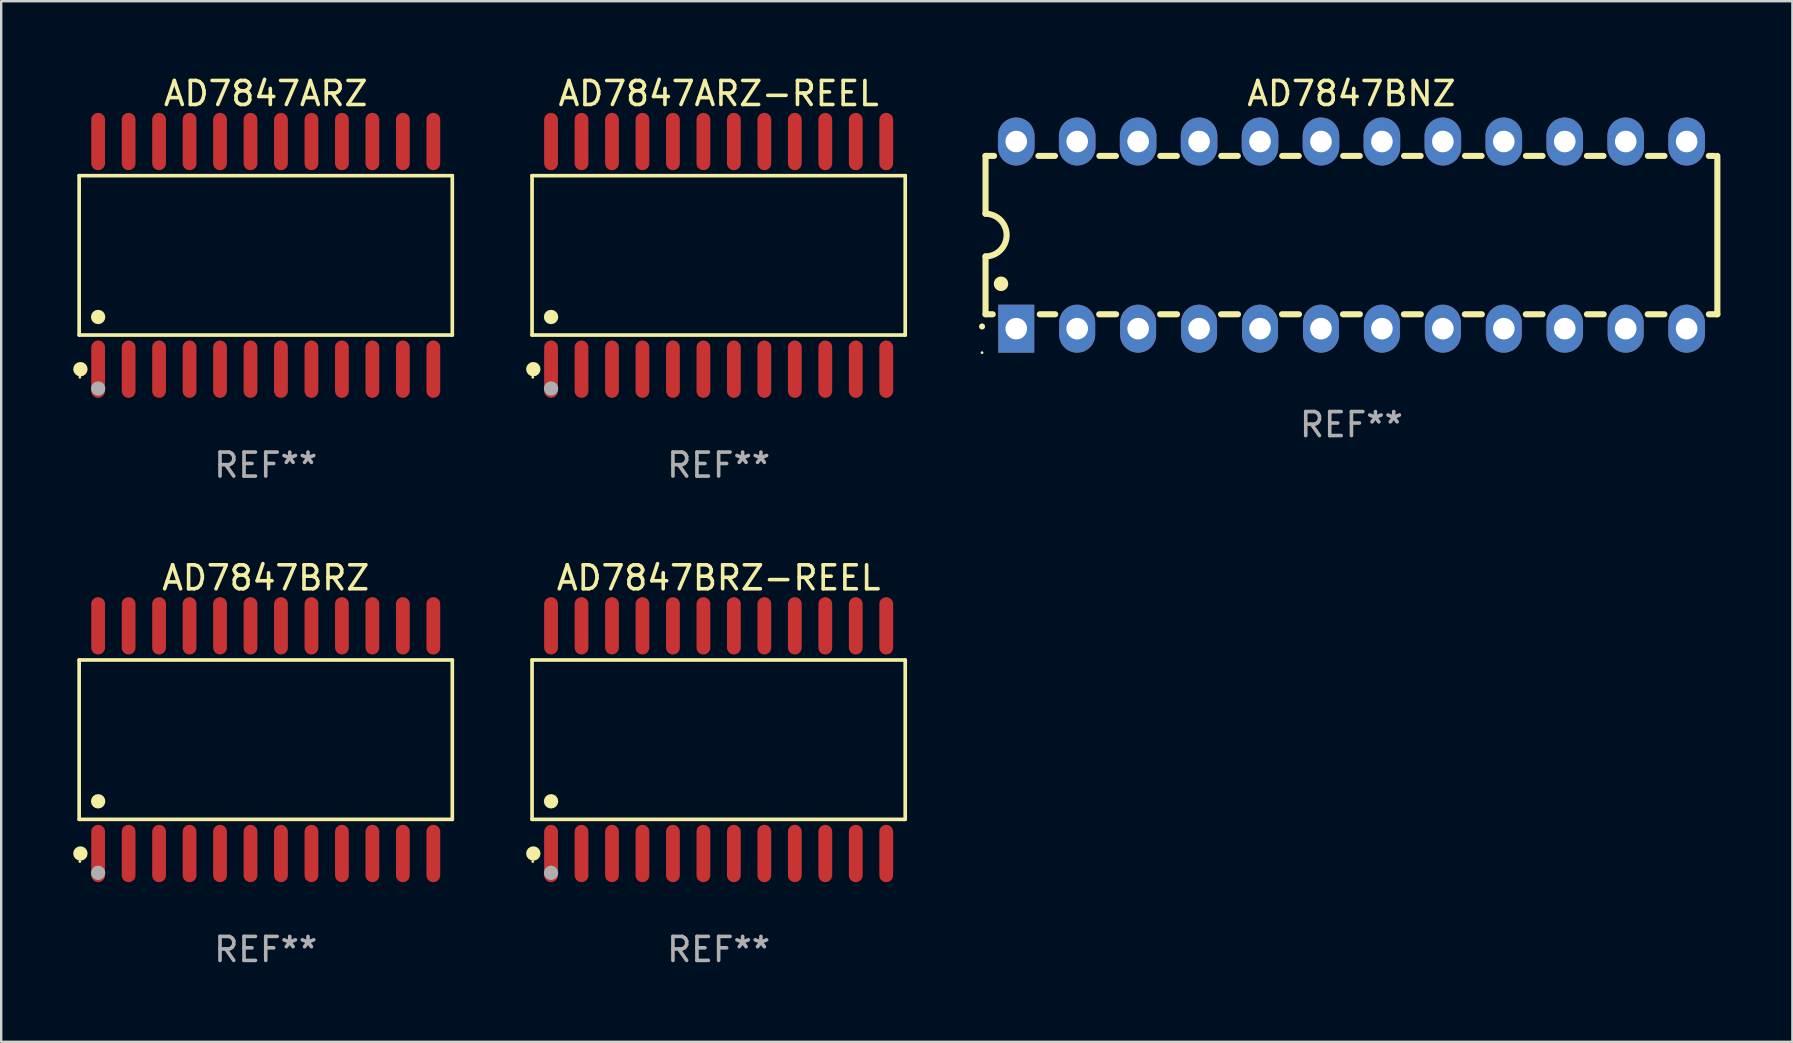
<source format=kicad_pcb>
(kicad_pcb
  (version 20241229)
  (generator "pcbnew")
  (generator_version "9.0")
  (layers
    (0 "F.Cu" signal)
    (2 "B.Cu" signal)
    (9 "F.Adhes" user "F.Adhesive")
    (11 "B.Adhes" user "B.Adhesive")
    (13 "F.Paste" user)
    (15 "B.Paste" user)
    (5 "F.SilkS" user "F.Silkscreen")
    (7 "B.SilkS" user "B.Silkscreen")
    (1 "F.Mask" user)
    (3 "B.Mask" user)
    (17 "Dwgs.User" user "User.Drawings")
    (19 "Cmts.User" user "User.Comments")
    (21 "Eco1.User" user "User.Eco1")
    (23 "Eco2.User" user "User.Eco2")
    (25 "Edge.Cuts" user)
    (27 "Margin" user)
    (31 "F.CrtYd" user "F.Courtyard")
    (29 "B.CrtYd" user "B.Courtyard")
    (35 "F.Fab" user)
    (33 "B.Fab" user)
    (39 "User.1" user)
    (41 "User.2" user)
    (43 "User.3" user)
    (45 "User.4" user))
  (footprint "AD7847ARZ"
    (layer "F.Cu")
    (at 8.025 7.592)
    (property "Reference" "AD7847ARZ" (at 0 -6.744 0) (layer "F.SilkS") (effects (font (size 1 1) (thickness 0.15))))
    (attr through_hole)
    (fp_line (start -7.776 -3.321) (end 7.776 -3.321) (stroke (width 0.152) (type solid)) (layer "F.SilkS"))
    (fp_line (start -7.776 3.321) (end -7.776 -3.321) (stroke (width 0.152) (type solid)) (layer "F.SilkS"))
    (fp_line (start 7.776 -3.321) (end 7.776 3.321) (stroke (width 0.152) (type solid)) (layer "F.SilkS"))
    (fp_line (start 7.776 3.321) (end -7.776 3.321) (stroke (width 0.152) (type solid)) (layer "F.SilkS"))
    (fp_circle (center -7.747 5.08) (end -7.717 5.08) (stroke (width 0.06) (type solid)) (fill no) (layer "F.SilkS"))
    (fp_circle (center -7.724 4.744) (end -7.574 4.744) (stroke (width 0.3) (type solid)) (fill no) (layer "F.SilkS"))
    (fp_circle (center -6.985 2.569) (end -6.835 2.569) (stroke (width 0.3) (type solid)) (fill no) (layer "F.SilkS"))
    (fp_circle (center -6.985 5.55) (end -6.835 5.55) (stroke (width 0.3) (type solid)) (fill no) (layer "F.Fab"))
    (fp_text user "REF**" (at 0 8.744 0) (layer "F.Fab") (effects (font (size 1 1) (thickness 0.15))))
    (pad "1" smd oval (at -6.985 4.744) (size 0.574 2.388) (layers "F.Cu" "F.Mask" "F.Paste"))
    (pad "2" smd oval (at -5.715 4.744) (size 0.574 2.388) (layers "F.Cu" "F.Mask" "F.Paste"))
    (pad "3" smd oval (at -4.445 4.744) (size 0.574 2.388) (layers "F.Cu" "F.Mask" "F.Paste"))
    (pad "4" smd oval (at -3.175 4.744) (size 0.574 2.388) (layers "F.Cu" "F.Mask" "F.Paste"))
    (pad "5" smd oval (at -1.905 4.744) (size 0.574 2.388) (layers "F.Cu" "F.Mask" "F.Paste"))
    (pad "6" smd oval (at -0.635 4.744) (size 0.574 2.388) (layers "F.Cu" "F.Mask" "F.Paste"))
    (pad "7" smd oval (at 0.635 4.744) (size 0.574 2.388) (layers "F.Cu" "F.Mask" "F.Paste"))
    (pad "8" smd oval (at 1.905 4.744) (size 0.574 2.388) (layers "F.Cu" "F.Mask" "F.Paste"))
    (pad "9" smd oval (at 3.175 4.744) (size 0.574 2.388) (layers "F.Cu" "F.Mask" "F.Paste"))
    (pad "10" smd oval (at 4.445 4.744) (size 0.574 2.388) (layers "F.Cu" "F.Mask" "F.Paste"))
    (pad "11" smd oval (at 5.715 4.744) (size 0.574 2.388) (layers "F.Cu" "F.Mask" "F.Paste"))
    (pad "12" smd oval (at 6.985 4.744) (size 0.574 2.388) (layers "F.Cu" "F.Mask" "F.Paste"))
    (pad "13" smd oval (at 6.985 -4.744) (size 0.574 2.388) (layers "F.Cu" "F.Mask" "F.Paste"))
    (pad "14" smd oval (at 5.715 -4.744) (size 0.574 2.388) (layers "F.Cu" "F.Mask" "F.Paste"))
    (pad "15" smd oval (at 4.445 -4.744) (size 0.574 2.388) (layers "F.Cu" "F.Mask" "F.Paste"))
    (pad "16" smd oval (at 3.175 -4.744) (size 0.574 2.388) (layers "F.Cu" "F.Mask" "F.Paste"))
    (pad "17" smd oval (at 1.905 -4.744) (size 0.574 2.388) (layers "F.Cu" "F.Mask" "F.Paste"))
    (pad "18" smd oval (at 0.635 -4.744) (size 0.574 2.388) (layers "F.Cu" "F.Mask" "F.Paste"))
    (pad "19" smd oval (at -0.635 -4.744) (size 0.574 2.388) (layers "F.Cu" "F.Mask" "F.Paste"))
    (pad "20" smd oval (at -1.905 -4.744) (size 0.574 2.388) (layers "F.Cu" "F.Mask" "F.Paste"))
    (pad "21" smd oval (at -3.175 -4.744) (size 0.574 2.388) (layers "F.Cu" "F.Mask" "F.Paste"))
    (pad "22" smd oval (at -4.445 -4.744) (size 0.574 2.388) (layers "F.Cu" "F.Mask" "F.Paste"))
    (pad "23" smd oval (at -5.715 -4.744) (size 0.574 2.388) (layers "F.Cu" "F.Mask" "F.Paste"))
    (pad "24" smd oval (at -6.985 -4.744) (size 0.574 2.388) (layers "F.Cu" "F.Mask" "F.Paste")))
  (footprint "AD7847BNZ"
    (layer "F.Cu")
    (at 53.274 6.748)
    (property "Reference" "AD7847BNZ" (at 0 -5.9 0) (layer "F.SilkS") (effects (font (size 1 1) (thickness 0.15))))
    (attr through_hole)
    (fp_line (start -15.25 -3.3) (end -15.25 -0.889) (stroke (width 0.254) (type solid)) (layer "F.SilkS"))
    (fp_line (start -15.25 -3.3) (end -14.895 -3.3) (stroke (width 0.254) (type solid)) (layer "F.SilkS"))
    (fp_line (start -15.25 3.3) (end -15.25 0.889) (stroke (width 0.254) (type solid)) (layer "F.SilkS"))
    (fp_line (start -15.25 3.3) (end -14.951 3.3) (stroke (width 0.254) (type solid)) (layer "F.SilkS"))
    (fp_line (start -13.045 -3.3) (end -12.355 -3.3) (stroke (width 0.254) (type solid)) (layer "F.SilkS"))
    (fp_line (start -12.989 3.3) (end -12.347 3.3) (stroke (width 0.254) (type solid)) (layer "F.SilkS"))
    (fp_line (start -10.514 3.3) (end -9.807 3.3) (stroke (width 0.254) (type solid)) (layer "F.SilkS"))
    (fp_line (start -10.505 -3.3) (end -9.815 -3.3) (stroke (width 0.254) (type solid)) (layer "F.SilkS"))
    (fp_line (start -7.974 3.3) (end -7.267 3.3) (stroke (width 0.254) (type solid)) (layer "F.SilkS"))
    (fp_line (start -7.965 -3.3) (end -7.275 -3.3) (stroke (width 0.254) (type solid)) (layer "F.SilkS"))
    (fp_line (start -5.434 3.3) (end -4.727 3.3) (stroke (width 0.254) (type solid)) (layer "F.SilkS"))
    (fp_line (start -5.425 -3.3) (end -4.735 -3.3) (stroke (width 0.254) (type solid)) (layer "F.SilkS"))
    (fp_line (start -2.894 3.3) (end -2.187 3.3) (stroke (width 0.254) (type solid)) (layer "F.SilkS"))
    (fp_line (start -2.885 -3.3) (end -2.195 -3.3) (stroke (width 0.254) (type solid)) (layer "F.SilkS"))
    (fp_line (start -0.354 3.3) (end 0.353 3.3) (stroke (width 0.254) (type solid)) (layer "F.SilkS"))
    (fp_line (start -0.345 -3.3) (end 0.345 -3.3) (stroke (width 0.254) (type solid)) (layer "F.SilkS"))
    (fp_line (start 2.186 3.3) (end 2.893 3.3) (stroke (width 0.254) (type solid)) (layer "F.SilkS"))
    (fp_line (start 2.195 -3.3) (end 2.885 -3.3) (stroke (width 0.254) (type solid)) (layer "F.SilkS"))
    (fp_line (start 4.726 3.3) (end 5.434 3.3) (stroke (width 0.254) (type solid)) (layer "F.SilkS"))
    (fp_line (start 4.735 -3.3) (end 5.425 -3.3) (stroke (width 0.254) (type solid)) (layer "F.SilkS"))
    (fp_line (start 7.266 3.3) (end 7.965 3.3) (stroke (width 0.254) (type solid)) (layer "F.SilkS"))
    (fp_line (start 7.275 -3.3) (end 7.965 -3.3) (stroke (width 0.254) (type solid)) (layer "F.SilkS"))
    (fp_line (start 9.815 -3.3) (end 10.505 -3.3) (stroke (width 0.254) (type solid)) (layer "F.SilkS"))
    (fp_line (start 9.815 3.3) (end 10.514 3.3) (stroke (width 0.254) (type solid)) (layer "F.SilkS"))
    (fp_line (start 12.346 3.3) (end 13.045 3.3) (stroke (width 0.254) (type solid)) (layer "F.SilkS"))
    (fp_line (start 12.355 -3.3) (end 13.045 -3.3) (stroke (width 0.254) (type solid)) (layer "F.SilkS"))
    (fp_line (start 14.895 -3.3) (end 15.113 -3.3) (stroke (width 0.254) (type solid)) (layer "F.SilkS"))
    (fp_line (start 14.895 3.3) (end 15.25 3.3) (stroke (width 0.254) (type solid)) (layer "F.SilkS"))
    (fp_line (start 15.25 -3.3) (end 15.25 3.3) (stroke (width 0.254) (type solid)) (layer "F.SilkS"))
    (fp_arc (start -15.394971 3.810033) (mid -15.394978 3.808763) (end -15.394971 3.807493) (stroke (width 0.25) (type solid)) (layer "F.SilkS"))
    (fp_arc (start -15.251053 -0.890146) (mid -14.361467 -0.001067) (end -15.250038 0.889027) (stroke (width 0.254001) (type solid)) (layer "F.SilkS"))
    (fp_arc (start -14.605029 2.032029) (mid -14.60504 2.029489) (end -14.605029 2.026949) (stroke (width 0.6) (type solid)) (layer "F.SilkS"))
    (fp_circle (center -15.395 4.9) (end -15.365 4.9) (stroke (width 0.06) (type solid)) (fill no) (layer "F.SilkS"))
    (fp_text user "REF**" (at 0 7.9 0) (layer "F.Fab") (effects (font (size 1 1) (thickness 0.15))))
    (pad "1" thru_hole rect (at -13.97 3.9 90) (size 2 1.5) (drill 0.9) (layers "*.Cu" "*.Mask"))
    (pad "2" thru_hole oval (at -11.43 3.9 90) (size 2 1.5) (drill 0.9) (layers "*.Cu" "*.Mask"))
    (pad "3" thru_hole oval (at -8.89 3.9 90) (size 2 1.5) (drill 0.9) (layers "*.Cu" "*.Mask"))
    (pad "4" thru_hole oval (at -6.35 3.9 90) (size 2 1.5) (drill 0.9) (layers "*.Cu" "*.Mask"))
    (pad "5" thru_hole oval (at -3.81 3.9 90) (size 2 1.5) (drill 0.9) (layers "*.Cu" "*.Mask"))
    (pad "6" thru_hole oval (at -1.27 3.9 90) (size 2 1.5) (drill 0.9) (layers "*.Cu" "*.Mask"))
    (pad "7" thru_hole oval (at 1.27 3.9 90) (size 2 1.5) (drill 0.9) (layers "*.Cu" "*.Mask"))
    (pad "8" thru_hole oval (at 3.81 3.9 90) (size 2 1.5) (drill 0.9) (layers "*.Cu" "*.Mask"))
    (pad "9" thru_hole oval (at 6.35 3.9 90) (size 2 1.5) (drill 0.9) (layers "*.Cu" "*.Mask"))
    (pad "10" thru_hole oval (at 8.89 3.9 90) (size 2 1.524) (drill 0.9) (layers "*.Cu" "*.Mask"))
    (pad "11" thru_hole oval (at 11.43 3.9 90) (size 2 1.5) (drill 0.9) (layers "*.Cu" "*.Mask"))
    (pad "12" thru_hole oval (at 13.97 3.9 90) (size 2 1.524) (drill 0.9) (layers "*.Cu" "*.Mask"))
    (pad "13" thru_hole oval (at 13.97 -3.9 90) (size 2 1.524) (drill 0.9) (layers "*.Cu" "*.Mask"))
    (pad "14" thru_hole oval (at 11.43 -3.9 90) (size 2 1.524) (drill 0.9) (layers "*.Cu" "*.Mask"))
    (pad "15" thru_hole oval (at 8.89 -3.9 90) (size 2 1.524) (drill 0.9) (layers "*.Cu" "*.Mask"))
    (pad "16" thru_hole oval (at 6.35 -3.9 90) (size 2 1.524) (drill 0.9) (layers "*.Cu" "*.Mask"))
    (pad "17" thru_hole oval (at 3.81 -3.9 90) (size 2 1.524) (drill 0.9) (layers "*.Cu" "*.Mask"))
    (pad "18" thru_hole oval (at 1.27 -3.9 90) (size 2 1.524) (drill 0.9) (layers "*.Cu" "*.Mask"))
    (pad "19" thru_hole oval (at -1.27 -3.9 90) (size 2 1.524) (drill 0.9) (layers "*.Cu" "*.Mask"))
    (pad "20" thru_hole oval (at -3.81 -3.9 90) (size 2 1.524) (drill 0.9) (layers "*.Cu" "*.Mask"))
    (pad "21" thru_hole oval (at -6.35 -3.9 90) (size 2 1.524) (drill 0.9) (layers "*.Cu" "*.Mask"))
    (pad "22" thru_hole oval (at -8.89 -3.9 90) (size 2 1.524) (drill 0.9) (layers "*.Cu" "*.Mask"))
    (pad "23" thru_hole oval (at -11.43 -3.9 90) (size 2 1.524) (drill 0.9) (layers "*.Cu" "*.Mask"))
    (pad "24" thru_hole oval (at -13.97 -3.9 90) (size 2 1.524) (drill 0.9) (layers "*.Cu" "*.Mask")))
  (footprint "AD7847BRZ"
    (layer "F.Cu")
    (at 8.025 27.777)
    (property "Reference" "AD7847BRZ" (at 0 -6.744 0) (layer "F.SilkS") (effects (font (size 1 1) (thickness 0.15))))
    (attr through_hole)
    (fp_line (start -7.776 -3.321) (end 7.776 -3.321) (stroke (width 0.152) (type solid)) (layer "F.SilkS"))
    (fp_line (start -7.776 3.321) (end -7.776 -3.321) (stroke (width 0.152) (type solid)) (layer "F.SilkS"))
    (fp_line (start 7.776 -3.321) (end 7.776 3.321) (stroke (width 0.152) (type solid)) (layer "F.SilkS"))
    (fp_line (start 7.776 3.321) (end -7.776 3.321) (stroke (width 0.152) (type solid)) (layer "F.SilkS"))
    (fp_circle (center -7.747 5.08) (end -7.717 5.08) (stroke (width 0.06) (type solid)) (fill no) (layer "F.SilkS"))
    (fp_circle (center -7.724 4.744) (end -7.574 4.744) (stroke (width 0.3) (type solid)) (fill no) (layer "F.SilkS"))
    (fp_circle (center -6.985 2.569) (end -6.835 2.569) (stroke (width 0.3) (type solid)) (fill no) (layer "F.SilkS"))
    (fp_circle (center -6.985 5.55) (end -6.835 5.55) (stroke (width 0.3) (type solid)) (fill no) (layer "F.Fab"))
    (fp_text user "REF**" (at 0 8.744 0) (layer "F.Fab") (effects (font (size 1 1) (thickness 0.15))))
    (pad "1" smd oval (at -6.985 4.744) (size 0.574 2.388) (layers "F.Cu" "F.Mask" "F.Paste"))
    (pad "2" smd oval (at -5.715 4.744) (size 0.574 2.388) (layers "F.Cu" "F.Mask" "F.Paste"))
    (pad "3" smd oval (at -4.445 4.744) (size 0.574 2.388) (layers "F.Cu" "F.Mask" "F.Paste"))
    (pad "4" smd oval (at -3.175 4.744) (size 0.574 2.388) (layers "F.Cu" "F.Mask" "F.Paste"))
    (pad "5" smd oval (at -1.905 4.744) (size 0.574 2.388) (layers "F.Cu" "F.Mask" "F.Paste"))
    (pad "6" smd oval (at -0.635 4.744) (size 0.574 2.388) (layers "F.Cu" "F.Mask" "F.Paste"))
    (pad "7" smd oval (at 0.635 4.744) (size 0.574 2.388) (layers "F.Cu" "F.Mask" "F.Paste"))
    (pad "8" smd oval (at 1.905 4.744) (size 0.574 2.388) (layers "F.Cu" "F.Mask" "F.Paste"))
    (pad "9" smd oval (at 3.175 4.744) (size 0.574 2.388) (layers "F.Cu" "F.Mask" "F.Paste"))
    (pad "10" smd oval (at 4.445 4.744) (size 0.574 2.388) (layers "F.Cu" "F.Mask" "F.Paste"))
    (pad "11" smd oval (at 5.715 4.744) (size 0.574 2.388) (layers "F.Cu" "F.Mask" "F.Paste"))
    (pad "12" smd oval (at 6.985 4.744) (size 0.574 2.388) (layers "F.Cu" "F.Mask" "F.Paste"))
    (pad "13" smd oval (at 6.985 -4.744) (size 0.574 2.388) (layers "F.Cu" "F.Mask" "F.Paste"))
    (pad "14" smd oval (at 5.715 -4.744) (size 0.574 2.388) (layers "F.Cu" "F.Mask" "F.Paste"))
    (pad "15" smd oval (at 4.445 -4.744) (size 0.574 2.388) (layers "F.Cu" "F.Mask" "F.Paste"))
    (pad "16" smd oval (at 3.175 -4.744) (size 0.574 2.388) (layers "F.Cu" "F.Mask" "F.Paste"))
    (pad "17" smd oval (at 1.905 -4.744) (size 0.574 2.388) (layers "F.Cu" "F.Mask" "F.Paste"))
    (pad "18" smd oval (at 0.635 -4.744) (size 0.574 2.388) (layers "F.Cu" "F.Mask" "F.Paste"))
    (pad "19" smd oval (at -0.635 -4.744) (size 0.574 2.388) (layers "F.Cu" "F.Mask" "F.Paste"))
    (pad "20" smd oval (at -1.905 -4.744) (size 0.574 2.388) (layers "F.Cu" "F.Mask" "F.Paste"))
    (pad "21" smd oval (at -3.175 -4.744) (size 0.574 2.388) (layers "F.Cu" "F.Mask" "F.Paste"))
    (pad "22" smd oval (at -4.445 -4.744) (size 0.574 2.388) (layers "F.Cu" "F.Mask" "F.Paste"))
    (pad "23" smd oval (at -5.715 -4.744) (size 0.574 2.388) (layers "F.Cu" "F.Mask" "F.Paste"))
    (pad "24" smd oval (at -6.985 -4.744) (size 0.574 2.388) (layers "F.Cu" "F.Mask" "F.Paste")))
  (footprint "AD7847BRZ-REEL"
    (layer "F.Cu")
    (at 26.901 27.777)
    (property "Reference" "AD7847BRZ-REEL" (at 0 -6.744 0) (layer "F.SilkS") (effects (font (size 1 1) (thickness 0.15))))
    (attr through_hole)
    (fp_line (start -7.776 -3.321) (end 7.776 -3.321) (stroke (width 0.152) (type solid)) (layer "F.SilkS"))
    (fp_line (start -7.776 3.321) (end -7.776 -3.321) (stroke (width 0.152) (type solid)) (layer "F.SilkS"))
    (fp_line (start 7.776 -3.321) (end 7.776 3.321) (stroke (width 0.152) (type solid)) (layer "F.SilkS"))
    (fp_line (start 7.776 3.321) (end -7.776 3.321) (stroke (width 0.152) (type solid)) (layer "F.SilkS"))
    (fp_circle (center -7.747 5.08) (end -7.717 5.08) (stroke (width 0.06) (type solid)) (fill no) (layer "F.SilkS"))
    (fp_circle (center -7.724 4.744) (end -7.574 4.744) (stroke (width 0.3) (type solid)) (fill no) (layer "F.SilkS"))
    (fp_circle (center -6.985 2.569) (end -6.835 2.569) (stroke (width 0.3) (type solid)) (fill no) (layer "F.SilkS"))
    (fp_circle (center -6.985 5.55) (end -6.835 5.55) (stroke (width 0.3) (type solid)) (fill no) (layer "F.Fab"))
    (fp_text user "REF**" (at 0 8.744 0) (layer "F.Fab") (effects (font (size 1 1) (thickness 0.15))))
    (pad "1" smd oval (at -6.985 4.744) (size 0.574 2.388) (layers "F.Cu" "F.Mask" "F.Paste"))
    (pad "2" smd oval (at -5.715 4.744) (size 0.574 2.388) (layers "F.Cu" "F.Mask" "F.Paste"))
    (pad "3" smd oval (at -4.445 4.744) (size 0.574 2.388) (layers "F.Cu" "F.Mask" "F.Paste"))
    (pad "4" smd oval (at -3.175 4.744) (size 0.574 2.388) (layers "F.Cu" "F.Mask" "F.Paste"))
    (pad "5" smd oval (at -1.905 4.744) (size 0.574 2.388) (layers "F.Cu" "F.Mask" "F.Paste"))
    (pad "6" smd oval (at -0.635 4.744) (size 0.574 2.388) (layers "F.Cu" "F.Mask" "F.Paste"))
    (pad "7" smd oval (at 0.635 4.744) (size 0.574 2.388) (layers "F.Cu" "F.Mask" "F.Paste"))
    (pad "8" smd oval (at 1.905 4.744) (size 0.574 2.388) (layers "F.Cu" "F.Mask" "F.Paste"))
    (pad "9" smd oval (at 3.175 4.744) (size 0.574 2.388) (layers "F.Cu" "F.Mask" "F.Paste"))
    (pad "10" smd oval (at 4.445 4.744) (size 0.574 2.388) (layers "F.Cu" "F.Mask" "F.Paste"))
    (pad "11" smd oval (at 5.715 4.744) (size 0.574 2.388) (layers "F.Cu" "F.Mask" "F.Paste"))
    (pad "12" smd oval (at 6.985 4.744) (size 0.574 2.388) (layers "F.Cu" "F.Mask" "F.Paste"))
    (pad "13" smd oval (at 6.985 -4.744) (size 0.574 2.388) (layers "F.Cu" "F.Mask" "F.Paste"))
    (pad "14" smd oval (at 5.715 -4.744) (size 0.574 2.388) (layers "F.Cu" "F.Mask" "F.Paste"))
    (pad "15" smd oval (at 4.445 -4.744) (size 0.574 2.388) (layers "F.Cu" "F.Mask" "F.Paste"))
    (pad "16" smd oval (at 3.175 -4.744) (size 0.574 2.388) (layers "F.Cu" "F.Mask" "F.Paste"))
    (pad "17" smd oval (at 1.905 -4.744) (size 0.574 2.388) (layers "F.Cu" "F.Mask" "F.Paste"))
    (pad "18" smd oval (at 0.635 -4.744) (size 0.574 2.388) (layers "F.Cu" "F.Mask" "F.Paste"))
    (pad "19" smd oval (at -0.635 -4.744) (size 0.574 2.388) (layers "F.Cu" "F.Mask" "F.Paste"))
    (pad "20" smd oval (at -1.905 -4.744) (size 0.574 2.388) (layers "F.Cu" "F.Mask" "F.Paste"))
    (pad "21" smd oval (at -3.175 -4.744) (size 0.574 2.388) (layers "F.Cu" "F.Mask" "F.Paste"))
    (pad "22" smd oval (at -4.445 -4.744) (size 0.574 2.388) (layers "F.Cu" "F.Mask" "F.Paste"))
    (pad "23" smd oval (at -5.715 -4.744) (size 0.574 2.388) (layers "F.Cu" "F.Mask" "F.Paste"))
    (pad "24" smd oval (at -6.985 -4.744) (size 0.574 2.388) (layers "F.Cu" "F.Mask" "F.Paste")))
  (footprint "AD7847ARZ-REEL"
    (layer "F.Cu")
    (at 26.901 7.592)
    (property "Reference" "AD7847ARZ-REEL" (at 0 -6.744 0) (layer "F.SilkS") (effects (font (size 1 1) (thickness 0.15))))
    (attr through_hole)
    (fp_line (start -7.776 -3.321) (end 7.776 -3.321) (stroke (width 0.152) (type solid)) (layer "F.SilkS"))
    (fp_line (start -7.776 3.321) (end -7.776 -3.321) (stroke (width 0.152) (type solid)) (layer "F.SilkS"))
    (fp_line (start 7.776 -3.321) (end 7.776 3.321) (stroke (width 0.152) (type solid)) (layer "F.SilkS"))
    (fp_line (start 7.776 3.321) (end -7.776 3.321) (stroke (width 0.152) (type solid)) (layer "F.SilkS"))
    (fp_circle (center -7.747 5.08) (end -7.717 5.08) (stroke (width 0.06) (type solid)) (fill no) (layer "F.SilkS"))
    (fp_circle (center -7.724 4.744) (end -7.574 4.744) (stroke (width 0.3) (type solid)) (fill no) (layer "F.SilkS"))
    (fp_circle (center -6.985 2.569) (end -6.835 2.569) (stroke (width 0.3) (type solid)) (fill no) (layer "F.SilkS"))
    (fp_circle (center -6.985 5.55) (end -6.835 5.55) (stroke (width 0.3) (type solid)) (fill no) (layer "F.Fab"))
    (fp_text user "REF**" (at 0 8.744 0) (layer "F.Fab") (effects (font (size 1 1) (thickness 0.15))))
    (pad "1" smd oval (at -6.985 4.744) (size 0.574 2.388) (layers "F.Cu" "F.Mask" "F.Paste"))
    (pad "2" smd oval (at -5.715 4.744) (size 0.574 2.388) (layers "F.Cu" "F.Mask" "F.Paste"))
    (pad "3" smd oval (at -4.445 4.744) (size 0.574 2.388) (layers "F.Cu" "F.Mask" "F.Paste"))
    (pad "4" smd oval (at -3.175 4.744) (size 0.574 2.388) (layers "F.Cu" "F.Mask" "F.Paste"))
    (pad "5" smd oval (at -1.905 4.744) (size 0.574 2.388) (layers "F.Cu" "F.Mask" "F.Paste"))
    (pad "6" smd oval (at -0.635 4.744) (size 0.574 2.388) (layers "F.Cu" "F.Mask" "F.Paste"))
    (pad "7" smd oval (at 0.635 4.744) (size 0.574 2.388) (layers "F.Cu" "F.Mask" "F.Paste"))
    (pad "8" smd oval (at 1.905 4.744) (size 0.574 2.388) (layers "F.Cu" "F.Mask" "F.Paste"))
    (pad "9" smd oval (at 3.175 4.744) (size 0.574 2.388) (layers "F.Cu" "F.Mask" "F.Paste"))
    (pad "10" smd oval (at 4.445 4.744) (size 0.574 2.388) (layers "F.Cu" "F.Mask" "F.Paste"))
    (pad "11" smd oval (at 5.715 4.744) (size 0.574 2.388) (layers "F.Cu" "F.Mask" "F.Paste"))
    (pad "12" smd oval (at 6.985 4.744) (size 0.574 2.388) (layers "F.Cu" "F.Mask" "F.Paste"))
    (pad "13" smd oval (at 6.985 -4.744) (size 0.574 2.388) (layers "F.Cu" "F.Mask" "F.Paste"))
    (pad "14" smd oval (at 5.715 -4.744) (size 0.574 2.388) (layers "F.Cu" "F.Mask" "F.Paste"))
    (pad "15" smd oval (at 4.445 -4.744) (size 0.574 2.388) (layers "F.Cu" "F.Mask" "F.Paste"))
    (pad "16" smd oval (at 3.175 -4.744) (size 0.574 2.388) (layers "F.Cu" "F.Mask" "F.Paste"))
    (pad "17" smd oval (at 1.905 -4.744) (size 0.574 2.388) (layers "F.Cu" "F.Mask" "F.Paste"))
    (pad "18" smd oval (at 0.635 -4.744) (size 0.574 2.388) (layers "F.Cu" "F.Mask" "F.Paste"))
    (pad "19" smd oval (at -0.635 -4.744) (size 0.574 2.388) (layers "F.Cu" "F.Mask" "F.Paste"))
    (pad "20" smd oval (at -1.905 -4.744) (size 0.574 2.388) (layers "F.Cu" "F.Mask" "F.Paste"))
    (pad "21" smd oval (at -3.175 -4.744) (size 0.574 2.388) (layers "F.Cu" "F.Mask" "F.Paste"))
    (pad "22" smd oval (at -4.445 -4.744) (size 0.574 2.388) (layers "F.Cu" "F.Mask" "F.Paste"))
    (pad "23" smd oval (at -5.715 -4.744) (size 0.574 2.388) (layers "F.Cu" "F.Mask" "F.Paste"))
    (pad "24" smd oval (at -6.985 -4.744) (size 0.574 2.388) (layers "F.Cu" "F.Mask" "F.Paste")))
  (gr_rect
    (start -3 -3)
    (end 71.651 40.369)
    (stroke (width 0.1) (type default))
    (fill no)
    (layer "Edge.Cuts")))
</source>
